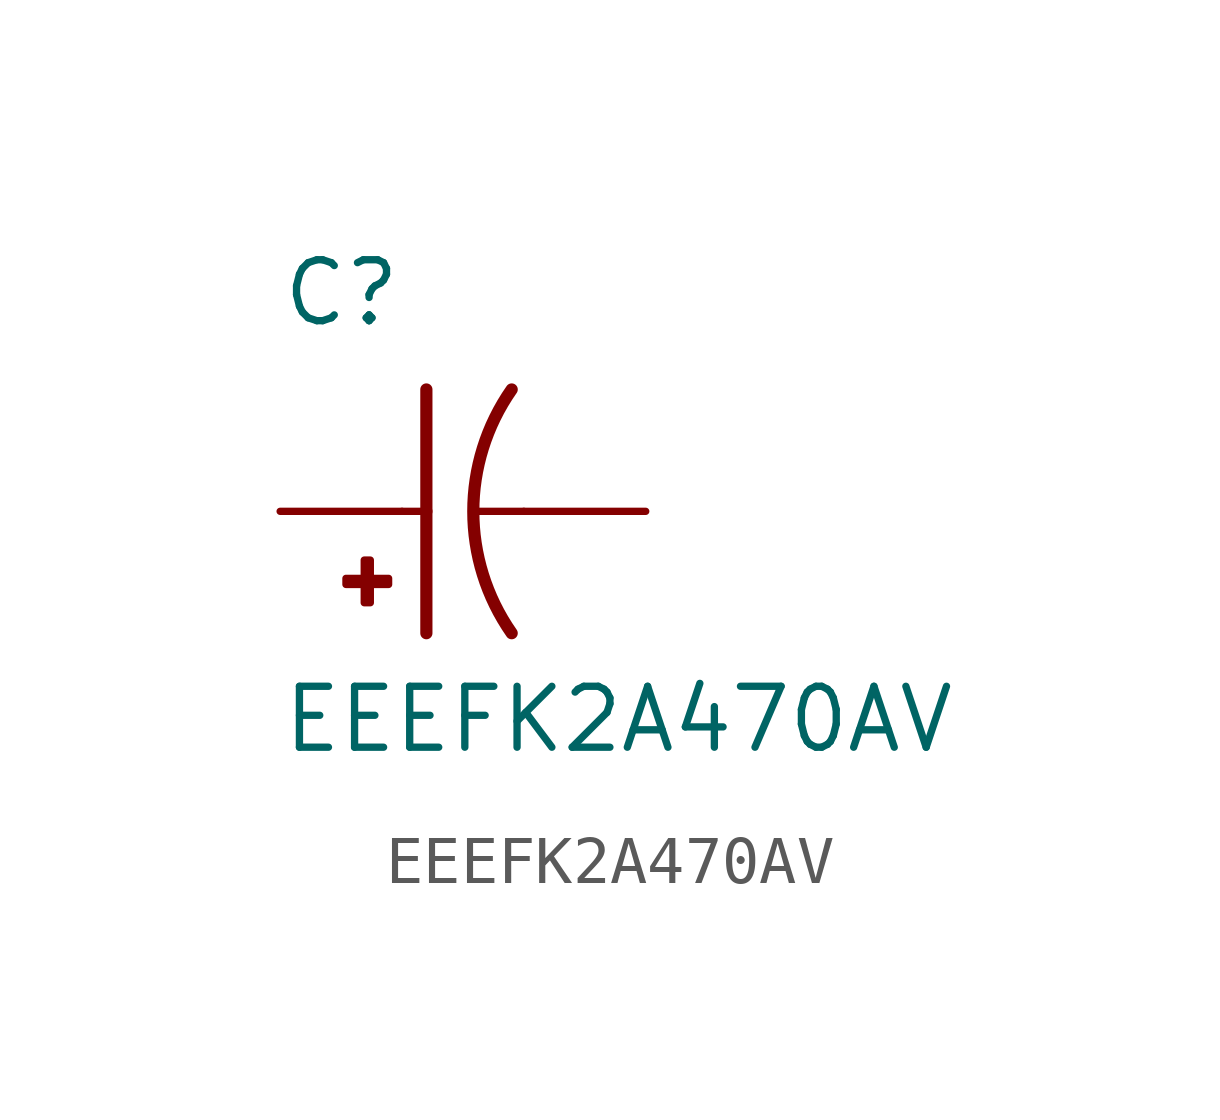
<source format=kicad_sym>
(kicad_symbol_lib
  (version 20211014)
  (generator kicad_symbol_editor)
  (symbol "EEEFK2A470AV"
    (pin_numbers hide)
    (pin_names
      (offset 1.016) hide)
    (property "Reference" "C"
      (at -2.54 3.81 0)
      (effects (font (size 1.27 1.27)) (justify left bottom)))
    (property "Value" "EEEFK2A470AV"
      (at -2.54 -5.08 0)
      (effects (font (size 1.27 1.27)) (justify left bottom)))
    (symbol "EEEFK2A470AV_0_0"
      (rectangle (start -1.168 -1.524) (end -0.279 -1.397) (stroke (width 0) (type default) (color 0 0 0 0)) (fill (type outline)))
      (rectangle (start -0.787 -1.905) (end -0.66 -1.016) (stroke (width 0) (type default) (color 0 0 0 0)) (fill (type outline)))
      (polyline (pts (xy 0 0) (xy 0.508 0)) (stroke (width 0.152) (type default) (color 0 0 0 0)) (fill (type none)))
      (polyline (pts (xy 0.508 0) (xy 0.508 -2.54)) (stroke (width 0.254) (type default) (color 0 0 0 0)) (fill (type none)))
      (polyline (pts (xy 0.508 2.54) (xy 0.508 0)) (stroke (width 0.254) (type default) (color 0 0 0 0)) (fill (type none)))
      (polyline (pts (xy 2.54 0) (xy 1.524 0)) (stroke (width 0.152) (type default) (color 0 0 0 0)) (fill (type none)))
      (arc (start 2.286 2.54) (mid 1.486 0) (end 2.286 -2.54) (stroke (width 0.254) (type default) (color 0 0 0 0)) (fill (type none)))
      (pin passive line (at -2.54 0 0) (length 2.54) (name "~" (effects (font (size 1.016 1.016)))) (number "1" (effects (font (size 1.016 1.016)))))
      (pin passive line (at 5.08 0 180) (length 2.54) (name "~" (effects (font (size 1.016 1.016)))) (number "2" (effects (font (size 1.016 1.016))))))))
</source>
